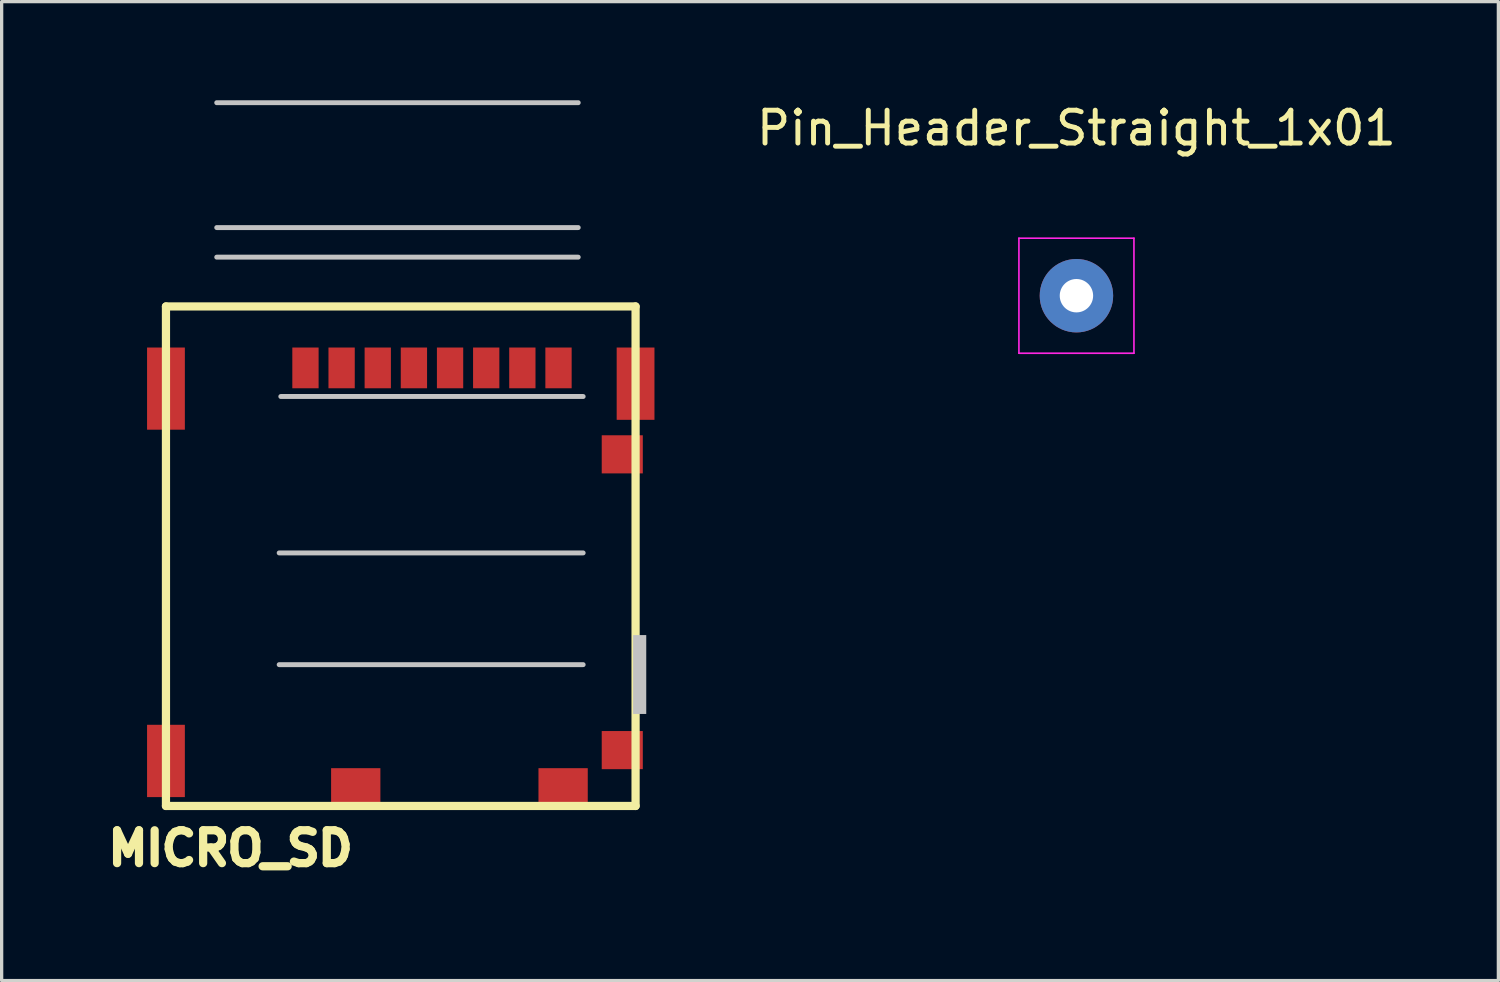
<source format=kicad_pcb>
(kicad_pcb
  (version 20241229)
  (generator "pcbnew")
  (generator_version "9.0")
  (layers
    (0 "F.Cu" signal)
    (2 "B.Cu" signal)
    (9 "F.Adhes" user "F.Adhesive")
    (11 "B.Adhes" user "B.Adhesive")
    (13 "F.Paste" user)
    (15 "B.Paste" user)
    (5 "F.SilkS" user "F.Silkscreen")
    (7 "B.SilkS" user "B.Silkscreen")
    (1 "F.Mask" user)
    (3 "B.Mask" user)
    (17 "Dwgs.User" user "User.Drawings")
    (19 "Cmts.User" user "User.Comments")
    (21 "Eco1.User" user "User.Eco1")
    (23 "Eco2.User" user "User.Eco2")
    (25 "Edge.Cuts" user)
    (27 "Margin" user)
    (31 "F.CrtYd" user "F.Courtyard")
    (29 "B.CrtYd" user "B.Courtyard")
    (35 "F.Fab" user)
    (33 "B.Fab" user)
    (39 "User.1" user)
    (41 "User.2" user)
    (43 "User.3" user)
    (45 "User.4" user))
  (footprint "Pin_Header_Straight_1x01"
    (layer "F.Cu")
    (at 29.705 5.948)
    (property "Reference" "Pin_Header_Straight_1x01" (at 0 -5.1 0) (layer "F.SilkS") (effects (font (size 1 1) (thickness 0.15))))
    (attr through_hole)
    (fp_line (start -1.75 -1.75) (end -1.75 1.75) (stroke (width 0.05) (type solid)) (layer "F.CrtYd"))
    (fp_line (start -1.75 -1.75) (end 1.75 -1.75) (stroke (width 0.05) (type solid)) (layer "F.CrtYd"))
    (fp_line (start -1.75 1.75) (end 1.75 1.75) (stroke (width 0.05) (type solid)) (layer "F.CrtYd"))
    (fp_line (start 1.75 -1.75) (end 1.75 1.75) (stroke (width 0.05) (type solid)) (layer "F.CrtYd"))
    (pad "1" thru_hole circle (at 0 0) (size 2.235 2.235) (drill 1.016) (layers "*.Cu")))
  (footprint "MICRO_SD"
    (layer "F.Cu")
    (at 1.425 7.525)
    (property "Reference" "MICRO_SD" (at 2.54 15.24 0) (layer "F.SilkS") (effects (font (size 1 1) (thickness 0.25))))
    (attr through_hole)
    (fp_line (start 0.575 -1.25) (end 0.575 13.95) (stroke (width 0.25) (type solid)) (layer "F.SilkS"))
    (fp_line (start 0.575 -1.25) (end 14.865 -1.25) (stroke (width 0.25) (type solid)) (layer "F.SilkS"))
    (fp_line (start 0.575 13.95) (end 14.865 13.95) (stroke (width 0.25) (type solid)) (layer "F.SilkS"))
    (fp_line (start 14.865 -1.25) (end 14.865 13.95) (stroke (width 0.25) (type solid)) (layer "F.SilkS"))
    (fp_line (start 2.12 -7.45) (end 13.12 -7.45) (stroke (width 0.15) (type solid)) (layer "Dwgs.User"))
    (fp_line (start 2.12 -3.65) (end 13.12 -3.65) (stroke (width 0.15) (type solid)) (layer "Dwgs.User"))
    (fp_line (start 2.12 -2.75) (end 13.12 -2.75) (stroke (width 0.15) (type solid)) (layer "Dwgs.User"))
    (fp_line (start 4.02 6.25) (end 13.27 6.25) (stroke (width 0.15) (type solid)) (layer "Dwgs.User"))
    (fp_line (start 4.02 9.65) (end 13.27 9.65) (stroke (width 0.15) (type solid)) (layer "Dwgs.User"))
    (fp_line (start 4.07 1.49) (end 13.27 1.49) (stroke (width 0.15) (type solid)) (layer "Dwgs.User"))
    (pad "" smd rect (at 14.99 9.95) (size 0.4 2.4) (layers "Dwgs.User"))
    (pad "1" smd rect (at 4.82 0.62) (size 0.8 1.24) (layers "F.Cu" "F.Mask" "F.Paste"))
    (pad "2" smd rect (at 5.92 0.62) (size 0.8 1.24) (layers "F.Cu" "F.Mask" "F.Paste"))
    (pad "3" smd rect (at 7.02 0.62) (size 0.8 1.24) (layers "F.Cu" "F.Mask" "F.Paste"))
    (pad "4" smd rect (at 8.12 0.62) (size 0.8 1.24) (layers "F.Cu" "F.Mask" "F.Paste"))
    (pad "5" smd rect (at 9.22 0.62) (size 0.8 1.24) (layers "F.Cu" "F.Mask" "F.Paste"))
    (pad "6" smd rect (at 10.32 0.62) (size 0.8 1.24) (layers "F.Cu" "F.Mask" "F.Paste"))
    (pad "7" smd rect (at 11.42 0.62) (size 0.8 1.24) (layers "F.Cu" "F.Mask" "F.Paste"))
    (pad "8" smd rect (at 12.52 0.62) (size 0.8 1.24) (layers "F.Cu" "F.Mask" "F.Paste"))
    (pad "DE" smd rect (at 14.46 12.25) (size 1.25 1.16) (layers "F.Cu"))
    (pad "SHLD" smd rect (at 0.575 1.25) (size 1.15 2.5) (layers "F.Cu" "F.Mask" "F.Paste"))
    (pad "SHLD" smd rect (at 0.575 12.58) (size 1.15 2.2) (layers "F.Cu" "F.Mask" "F.Paste"))
    (pad "SHLD" smd rect (at 6.35 13.375) (size 1.5 1.15) (layers "F.Cu" "F.Mask" "F.Paste"))
    (pad "SHLD" smd rect (at 12.66 13.375) (size 1.5 1.15) (layers "F.Cu" "F.Mask" "F.Paste"))
    (pad "SHLD" smd rect (at 14.865 1.1) (size 1.15 2.2) (layers "F.Cu" "F.Mask" "F.Paste"))
    (pad "SW" smd rect (at 14.46 3.25) (size 1.25 1.16) (layers "F.Cu")))
  (gr_rect
    (start -3 -3)
    (end 42.544 26.789)
    (stroke (width 0.1) (type default))
    (fill no)
    (layer "Edge.Cuts")))
</source>
